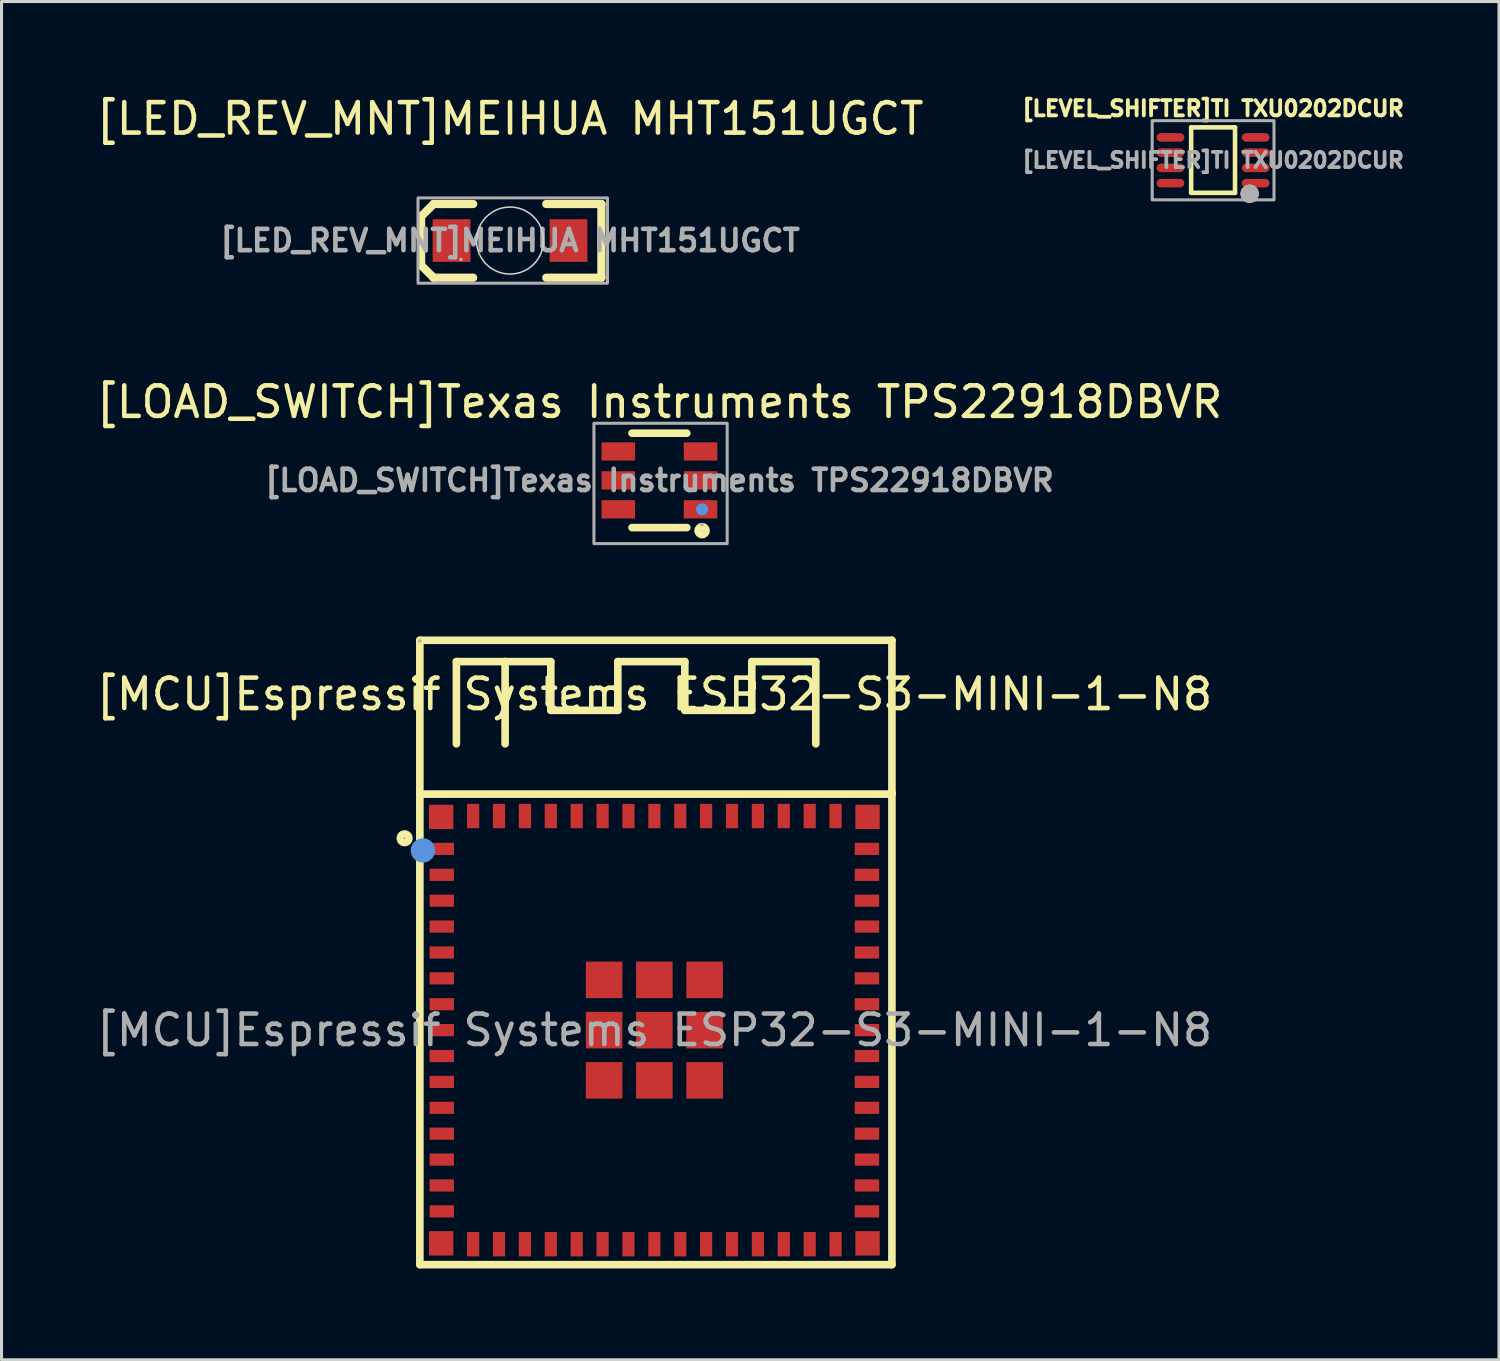
<source format=kicad_pcb>
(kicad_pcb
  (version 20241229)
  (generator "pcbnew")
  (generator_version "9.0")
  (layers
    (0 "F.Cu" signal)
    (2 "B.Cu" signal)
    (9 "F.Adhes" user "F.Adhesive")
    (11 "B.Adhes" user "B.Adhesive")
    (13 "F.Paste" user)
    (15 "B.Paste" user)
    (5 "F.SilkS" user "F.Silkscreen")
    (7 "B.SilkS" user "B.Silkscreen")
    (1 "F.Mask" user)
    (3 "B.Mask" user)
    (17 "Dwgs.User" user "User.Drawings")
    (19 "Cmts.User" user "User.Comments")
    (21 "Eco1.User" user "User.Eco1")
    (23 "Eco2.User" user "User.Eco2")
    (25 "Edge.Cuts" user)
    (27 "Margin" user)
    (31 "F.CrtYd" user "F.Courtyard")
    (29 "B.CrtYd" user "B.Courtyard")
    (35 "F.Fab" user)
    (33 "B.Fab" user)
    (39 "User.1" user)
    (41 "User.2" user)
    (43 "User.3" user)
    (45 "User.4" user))
  (footprint "[LEVEL_SHIFTER]TI TXU0202DCUR"
    (layer "F.Cu")
    (at 36.78 2.212)
    (property "Reference" "[LEVEL_SHIFTER]TI TXU0202DCUR" (at 0 -1.7 0) (layer "F.SilkS") (effects (font (size 0.5 0.5) (thickness 0.125))))
    (attr through_hole)
    (fp_line (start -0.72 -1.08) (end 0.72 -1.08) (stroke (width 0.15) (type solid)) (layer "F.SilkS"))
    (fp_line (start -0.72 1.07) (end -0.72 -1.08) (stroke (width 0.15) (type solid)) (layer "F.SilkS"))
    (fp_line (start 0.72 -1.08) (end 0.72 1.07) (stroke (width 0.15) (type solid)) (layer "F.SilkS"))
    (fp_line (start 0.72 1.07) (end -0.72 1.07) (stroke (width 0.15) (type solid)) (layer "F.SilkS"))
    (fp_circle (center 1.2 1.1) (end 1.2 1.1) (stroke (width 0.3) (type solid)) (fill no) (layer "F.SilkS"))
    (fp_rect (start -2 -1.3) (end 2 1.3) (stroke (width 0.1) (type default)) (fill no) (layer "F.Fab"))
    (fp_circle (center 1.2 1.1) (end 1.2 1.1) (stroke (width 0.3) (type solid)) (fill no) (layer "F.Fab"))
    (fp_text user "${REFERENCE}" (at 0 0 0) (layer "F.Fab") (effects (font (size 0.5 0.5) (thickness 0.125))))
    (pad "1" smd oval (at 1.4 0.75 90) (size 0.28 0.91) (layers "F.Cu" "F.Mask" "F.Paste"))
    (pad "2" smd oval (at 1.4 0.25 90) (size 0.28 0.91) (layers "F.Cu" "F.Mask" "F.Paste"))
    (pad "3" smd oval (at 1.4 -0.25 90) (size 0.28 0.91) (layers "F.Cu" "F.Mask" "F.Paste"))
    (pad "4" smd oval (at 1.4 -0.75 90) (size 0.28 0.91) (layers "F.Cu" "F.Mask" "F.Paste"))
    (pad "5" smd oval (at -1.4 -0.75 90) (size 0.28 0.91) (layers "F.Cu" "F.Mask" "F.Paste"))
    (pad "6" smd oval (at -1.4 -0.25 90) (size 0.28 0.91) (layers "F.Cu" "F.Mask" "F.Paste"))
    (pad "7" smd oval (at -1.4 0.25 90) (size 0.28 0.91) (layers "F.Cu" "F.Mask" "F.Paste"))
    (pad "8" smd oval (at -1.4 0.75 90) (size 0.28 0.91) (layers "F.Cu" "F.Mask" "F.Paste")))
  (footprint "[MCU]Espressif Systems ESP32-S3-MINI-1-N8"
    (layer "F.Cu")
    (at 18.435 30.773)
    (property "Reference" "[MCU]Espressif Systems ESP32-S3-MINI-1-N8" (at 0 -11.03 0) (layer "F.SilkS") (effects (font (size 1 1) (thickness 0.15))))
    (attr smd)
    (fp_line (start -7.7 -12.8) (end 7.8 -12.8) (stroke (width 0.25) (type solid)) (layer "F.SilkS"))
    (fp_line (start -7.7 -7.75) (end 7.8 -7.75) (stroke (width 0.25) (type solid)) (layer "F.SilkS"))
    (fp_line (start -7.7 7.7) (end -7.7 -12.8) (stroke (width 0.25) (type solid)) (layer "F.SilkS"))
    (fp_line (start -6.5 -12.1) (end -4.9 -12.1) (stroke (width 0.25) (type solid)) (layer "F.SilkS"))
    (fp_line (start -6.5 -9.4) (end -6.5 -12.1) (stroke (width 0.25) (type solid)) (layer "F.SilkS"))
    (fp_line (start -4.9 -12.1) (end -4.9 -9.4) (stroke (width 0.25) (type solid)) (layer "F.SilkS"))
    (fp_line (start -4.9 -12.1) (end -3.4 -12.1) (stroke (width 0.25) (type solid)) (layer "F.SilkS"))
    (fp_line (start -3.4 -12.1) (end -3.4 -10.5) (stroke (width 0.25) (type solid)) (layer "F.SilkS"))
    (fp_line (start -3.4 -10.5) (end -1.2 -10.5) (stroke (width 0.25) (type solid)) (layer "F.SilkS"))
    (fp_line (start -1.2 -12.1) (end 1 -12.1) (stroke (width 0.25) (type solid)) (layer "F.SilkS"))
    (fp_line (start -1.2 -10.5) (end -1.2 -12.1) (stroke (width 0.25) (type solid)) (layer "F.SilkS"))
    (fp_line (start 1 -12.1) (end 1 -10.5) (stroke (width 0.25) (type solid)) (layer "F.SilkS"))
    (fp_line (start 1 -10.5) (end 3.2 -10.5) (stroke (width 0.25) (type solid)) (layer "F.SilkS"))
    (fp_line (start 3.2 -12.1) (end 5.3 -12.1) (stroke (width 0.25) (type solid)) (layer "F.SilkS"))
    (fp_line (start 3.2 -10.5) (end 3.2 -12.1) (stroke (width 0.25) (type solid)) (layer "F.SilkS"))
    (fp_line (start 5.3 -12.1) (end 5.3 -9.4) (stroke (width 0.25) (type solid)) (layer "F.SilkS"))
    (fp_line (start 7.8 -12.8) (end 7.8 7.7) (stroke (width 0.25) (type solid)) (layer "F.SilkS"))
    (fp_line (start 7.8 -7.75) (end 7.8 -7.79) (stroke (width 0.25) (type solid)) (layer "F.SilkS"))
    (fp_line (start 7.8 7.7) (end -7.7 7.7) (stroke (width 0.25) (type solid)) (layer "F.SilkS"))
    (fp_circle (center -8.2 -6.3) (end -8.06 -6.3) (stroke (width 0.25) (type solid)) (fill no) (layer "F.SilkS"))
    (fp_circle (center -7.6 -5.9) (end -7.4 -5.9) (stroke (width 0.4) (type solid)) (fill no) (layer "Cmts.User"))
    (fp_circle (center -7.7 -12.78) (end -7.67 -12.78) (stroke (width 0.06) (type solid)) (fill no) (layer "F.Fab"))
    (fp_text user "${REFERENCE}" (at 0 0 0) (layer "F.Fab") (effects (font (size 1 1) (thickness 0.15))))
    (pad "1" smd rect (at -6.98 -5.95 90) (size 0.4 0.8) (layers "F.Cu" "F.Mask" "F.Paste"))
    (pad "2" smd rect (at -6.98 -5.1 90) (size 0.4 0.8) (layers "F.Cu" "F.Mask" "F.Paste"))
    (pad "3" smd rect (at -6.98 -4.25 90) (size 0.4 0.8) (layers "F.Cu" "F.Mask" "F.Paste"))
    (pad "4" smd rect (at -6.98 -3.4 90) (size 0.4 0.8) (layers "F.Cu" "F.Mask" "F.Paste"))
    (pad "5" smd rect (at -6.98 -2.55 90) (size 0.4 0.8) (layers "F.Cu" "F.Mask" "F.Paste"))
    (pad "6" smd rect (at -6.98 -1.7 90) (size 0.4 0.8) (layers "F.Cu" "F.Mask" "F.Paste"))
    (pad "7" smd rect (at -6.98 -0.85 90) (size 0.4 0.8) (layers "F.Cu" "F.Mask" "F.Paste"))
    (pad "8" smd rect (at -6.98 0 90) (size 0.4 0.8) (layers "F.Cu" "F.Mask" "F.Paste"))
    (pad "9" smd rect (at -6.98 0.85 90) (size 0.4 0.8) (layers "F.Cu" "F.Mask" "F.Paste"))
    (pad "10" smd rect (at -6.98 1.7 90) (size 0.4 0.8) (layers "F.Cu" "F.Mask" "F.Paste"))
    (pad "11" smd rect (at -6.98 2.55 90) (size 0.4 0.8) (layers "F.Cu" "F.Mask" "F.Paste"))
    (pad "12" smd rect (at -6.98 3.4 90) (size 0.4 0.8) (layers "F.Cu" "F.Mask" "F.Paste"))
    (pad "13" smd rect (at -6.98 4.25 90) (size 0.4 0.8) (layers "F.Cu" "F.Mask" "F.Paste"))
    (pad "14" smd rect (at -6.98 5.1 90) (size 0.4 0.8) (layers "F.Cu" "F.Mask" "F.Paste"))
    (pad "15" smd rect (at -6.98 5.95 90) (size 0.4 0.8) (layers "F.Cu" "F.Mask" "F.Paste"))
    (pad "16" smd rect (at -5.95 7.03 180) (size 0.4 0.8) (layers "F.Cu" "F.Mask" "F.Paste"))
    (pad "17" smd rect (at -5.1 7.03 180) (size 0.4 0.8) (layers "F.Cu" "F.Mask" "F.Paste"))
    (pad "18" smd rect (at -4.25 7.03 180) (size 0.4 0.8) (layers "F.Cu" "F.Mask" "F.Paste"))
    (pad "19" smd rect (at -3.4 7.03 180) (size 0.4 0.8) (layers "F.Cu" "F.Mask" "F.Paste"))
    (pad "20" smd rect (at -2.55 7.03 180) (size 0.4 0.8) (layers "F.Cu" "F.Mask" "F.Paste"))
    (pad "21" smd rect (at -1.7 7.03 180) (size 0.4 0.8) (layers "F.Cu" "F.Mask" "F.Paste"))
    (pad "22" smd rect (at -0.85 7.03 180) (size 0.4 0.8) (layers "F.Cu" "F.Mask" "F.Paste"))
    (pad "23" smd rect (at 0 7.03 180) (size 0.4 0.8) (layers "F.Cu" "F.Mask" "F.Paste"))
    (pad "24" smd rect (at 0.85 7.03 180) (size 0.4 0.8) (layers "F.Cu" "F.Mask" "F.Paste"))
    (pad "25" smd rect (at 1.7 7.03 180) (size 0.4 0.8) (layers "F.Cu" "F.Mask" "F.Paste"))
    (pad "26" smd rect (at 2.55 7.03 180) (size 0.4 0.8) (layers "F.Cu" "F.Mask" "F.Paste"))
    (pad "27" smd rect (at 3.4 7.03 180) (size 0.4 0.8) (layers "F.Cu" "F.Mask" "F.Paste"))
    (pad "28" smd rect (at 4.25 7.03 180) (size 0.4 0.8) (layers "F.Cu" "F.Mask" "F.Paste"))
    (pad "29" smd rect (at 5.1 7.03 180) (size 0.4 0.8) (layers "F.Cu" "F.Mask" "F.Paste"))
    (pad "30" smd rect (at 5.95 7.03 180) (size 0.4 0.8) (layers "F.Cu" "F.Mask" "F.Paste"))
    (pad "31" smd rect (at 6.98 5.95 270) (size 0.4 0.8) (layers "F.Cu" "F.Mask" "F.Paste"))
    (pad "32" smd rect (at 6.98 5.1 270) (size 0.4 0.8) (layers "F.Cu" "F.Mask" "F.Paste"))
    (pad "33" smd rect (at 6.98 4.25 270) (size 0.4 0.8) (layers "F.Cu" "F.Mask" "F.Paste"))
    (pad "34" smd rect (at 6.98 3.4 270) (size 0.4 0.8) (layers "F.Cu" "F.Mask" "F.Paste"))
    (pad "35" smd rect (at 6.98 2.55 270) (size 0.4 0.8) (layers "F.Cu" "F.Mask" "F.Paste"))
    (pad "36" smd rect (at 6.98 1.7 270) (size 0.4 0.8) (layers "F.Cu" "F.Mask" "F.Paste"))
    (pad "37" smd rect (at 6.98 0.85 270) (size 0.4 0.8) (layers "F.Cu" "F.Mask" "F.Paste"))
    (pad "38" smd rect (at 6.98 0 270) (size 0.4 0.8) (layers "F.Cu" "F.Mask" "F.Paste"))
    (pad "39" smd rect (at 6.98 -0.85 270) (size 0.4 0.8) (layers "F.Cu" "F.Mask" "F.Paste"))
    (pad "40" smd rect (at 6.98 -1.7 270) (size 0.4 0.8) (layers "F.Cu" "F.Mask" "F.Paste"))
    (pad "41" smd rect (at 6.98 -2.55 270) (size 0.4 0.8) (layers "F.Cu" "F.Mask" "F.Paste"))
    (pad "42" smd rect (at 6.98 -3.4 270) (size 0.4 0.8) (layers "F.Cu" "F.Mask" "F.Paste"))
    (pad "43" smd rect (at 6.98 -4.25 270) (size 0.4 0.8) (layers "F.Cu" "F.Mask" "F.Paste"))
    (pad "44" smd rect (at 6.98 -5.1 270) (size 0.4 0.8) (layers "F.Cu" "F.Mask" "F.Paste"))
    (pad "45" smd rect (at 6.98 -5.95 270) (size 0.4 0.8) (layers "F.Cu" "F.Mask" "F.Paste"))
    (pad "46" smd rect (at 5.95 -7.03) (size 0.4 0.8) (layers "F.Cu" "F.Mask" "F.Paste"))
    (pad "47" smd rect (at 5.1 -7.03) (size 0.4 0.8) (layers "F.Cu" "F.Mask" "F.Paste"))
    (pad "48" smd rect (at 4.25 -7.03) (size 0.4 0.8) (layers "F.Cu" "F.Mask" "F.Paste"))
    (pad "49" smd rect (at 3.4 -7.03) (size 0.4 0.8) (layers "F.Cu" "F.Mask" "F.Paste"))
    (pad "50" smd rect (at 2.55 -7.03) (size 0.4 0.8) (layers "F.Cu" "F.Mask" "F.Paste"))
    (pad "51" smd rect (at 1.7 -7.03) (size 0.4 0.8) (layers "F.Cu" "F.Mask" "F.Paste"))
    (pad "52" smd rect (at 0.85 -7.03) (size 0.4 0.8) (layers "F.Cu" "F.Mask" "F.Paste"))
    (pad "53" smd rect (at 0 -7.03) (size 0.4 0.8) (layers "F.Cu" "F.Mask" "F.Paste"))
    (pad "54" smd rect (at -0.85 -7.03) (size 0.4 0.8) (layers "F.Cu" "F.Mask" "F.Paste"))
    (pad "55" smd rect (at -1.7 -7.03) (size 0.4 0.8) (layers "F.Cu" "F.Mask" "F.Paste"))
    (pad "56" smd rect (at -2.55 -7.03) (size 0.4 0.8) (layers "F.Cu" "F.Mask" "F.Paste"))
    (pad "57" smd rect (at -3.4 -7.03) (size 0.4 0.8) (layers "F.Cu" "F.Mask" "F.Paste"))
    (pad "58" smd rect (at -4.25 -7.03) (size 0.4 0.8) (layers "F.Cu" "F.Mask" "F.Paste"))
    (pad "59" smd rect (at -5.1 -7.03) (size 0.4 0.8) (layers "F.Cu" "F.Mask" "F.Paste"))
    (pad "60" smd rect (at -5.95 -7.03) (size 0.4 0.8) (layers "F.Cu" "F.Mask" "F.Paste"))
    (pad "GND" smd rect (at -7 -7 90) (size 0.8 0.8) (layers "F.Cu" "F.Mask" "F.Paste"))
    (pad "GND" smd rect (at -7 7 90) (size 0.8 0.8) (layers "F.Cu" "F.Mask" "F.Paste"))
    (pad "GND" smd rect (at -1.65 -1.65 90) (size 1.2 1.2) (layers "F.Cu" "F.Mask" "F.Paste"))
    (pad "GND" smd rect (at -1.65 0 90) (size 1.2 1.2) (layers "F.Cu" "F.Mask" "F.Paste"))
    (pad "GND" smd rect (at -1.65 1.65 90) (size 1.2 1.2) (layers "F.Cu" "F.Mask" "F.Paste"))
    (pad "GND" smd rect (at 0 -1.65 90) (size 1.2 1.2) (layers "F.Cu" "F.Mask" "F.Paste"))
    (pad "GND" smd rect (at 0 0 90) (size 1.2 1.2) (layers "F.Cu" "F.Mask" "F.Paste"))
    (pad "GND" smd rect (at 0 1.65 90) (size 1.2 1.2) (layers "F.Cu" "F.Mask" "F.Paste"))
    (pad "GND" smd rect (at 1.65 -1.65 90) (size 1.2 1.2) (layers "F.Cu" "F.Mask" "F.Paste"))
    (pad "GND" smd rect (at 1.65 0 90) (size 1.2 1.2) (layers "F.Cu" "F.Mask" "F.Paste"))
    (pad "GND" smd rect (at 1.65 1.65 90) (size 1.2 1.2) (layers "F.Cu" "F.Mask" "F.Paste"))
    (pad "GND" smd rect (at 7 -7 90) (size 0.8 0.8) (layers "F.Cu" "F.Mask" "F.Paste"))
    (pad "GND" smd rect (at 7 7 90) (size 0.8 0.8) (layers "F.Cu" "F.Mask" "F.Paste")))
  (footprint "[LED_REV_MNT]MEIHUA MHT151UGCT"
    (layer "F.Cu")
    (at 13.696 4.848)
    (property "Reference" "[LED_REV_MNT]MEIHUA MHT151UGCT" (at 0 -4 0) (layer "F.SilkS") (effects (font (size 1 1) (thickness 0.15))))
    (attr smd)
    (fp_line (start -2.92 -0.79) (end -2.92 0.81) (stroke (width 0.27) (type solid)) (layer "F.SilkS"))
    (fp_line (start -2.92 0.81) (end -2.51 1.22) (stroke (width 0.27) (type solid)) (layer "F.SilkS"))
    (fp_line (start -2.51 -1.2) (end -2.92 -0.79) (stroke (width 0.27) (type solid)) (layer "F.SilkS"))
    (fp_line (start -2.51 1.22) (end -1.21 1.22) (stroke (width 0.27) (type solid)) (layer "F.SilkS"))
    (fp_line (start -1.21 -1.2) (end -2.51 -1.2) (stroke (width 0.27) (type solid)) (layer "F.SilkS"))
    (fp_line (start 1.19 1.22) (end 3 1.22) (stroke (width 0.27) (type solid)) (layer "F.SilkS"))
    (fp_line (start 3 -1.2) (end 1.19 -1.2) (stroke (width 0.27) (type solid)) (layer "F.SilkS"))
    (fp_line (start 3 1.22) (end 3 -1.2) (stroke (width 0.27) (type solid)) (layer "F.SilkS"))
    (fp_circle (center 0 0) (end 1.1 0) (stroke (width 0.05) (type solid)) (fill no) (layer "Edge.Cuts"))
    (fp_rect (start -3.021 -1.4) (end 3.2 1.401) (stroke (width 0.1) (type solid)) (fill no) (layer "F.Fab"))
    (fp_circle (center -1.61 0.62) (end -1.58 0.62) (stroke (width 0.06) (type solid)) (fill no) (layer "F.Fab"))
    (fp_text user "${REFERENCE}" (at 0 0 0) (layer "F.Fab") (effects (font (size 0.7 0.7) (thickness 0.15))))
    (pad "1" smd rect (at -1.92 0) (size 1.24 1.4) (layers "F.Cu" "F.Mask" "F.Paste"))
    (pad "2" smd rect (at 1.92 0) (size 1.24 1.4) (layers "F.Cu" "F.Mask" "F.Paste")))
  (footprint "[LOAD_SWITCH]Texas Instruments TPS22918DBVR"
    (layer "F.Cu")
    (at 18.601 12.723)
    (property "Reference" "[LOAD_SWITCH]Texas Instruments TPS22918DBVR" (at 0 -2.575 0) (layer "F.SilkS") (effects (font (size 1 1) (thickness 0.15))))
    (attr smd)
    (fp_line (start -0.9 -1.55) (end 0.9 -1.55) (stroke (width 0.25) (type solid)) (layer "F.SilkS"))
    (fp_line (start -0.9 1.55) (end 0.9 1.55) (stroke (width 0.25) (type solid)) (layer "F.SilkS"))
    (fp_circle (center 1.4 1.65) (end 1.53 1.65) (stroke (width 0.25) (type solid)) (fill no) (layer "F.SilkS"))
    (fp_circle (center 1.4 0.95) (end 1.5 0.95) (stroke (width 0.2) (type solid)) (fill no) (layer "Cmts.User"))
    (fp_rect (start -2.15 -1.875) (end 2.225 2.075) (stroke (width 0.1) (type solid)) (fill no) (layer "F.Fab"))
    (fp_circle (center 1.4 1.45) (end 1.43 1.45) (stroke (width 0.06) (type solid)) (fill no) (layer "F.Fab"))
    (fp_text user "${REFERENCE}" (at 0 0 0) (layer "F.Fab") (effects (font (size 0.7 0.7) (thickness 0.15))))
    (pad "1" smd rect (at 1.35 0.95) (size 1.1 0.6) (layers "F.Cu" "F.Mask" "F.Paste"))
    (pad "2" smd rect (at 1.35 0) (size 1.1 0.6) (layers "F.Cu" "F.Mask" "F.Paste"))
    (pad "3" smd rect (at 1.35 -0.95) (size 1.1 0.6) (layers "F.Cu" "F.Mask" "F.Paste"))
    (pad "4" smd rect (at -1.35 -0.95) (size 1.1 0.6) (layers "F.Cu" "F.Mask" "F.Paste"))
    (pad "5" smd rect (at -1.35 0) (size 1.1 0.6) (layers "F.Cu" "F.Mask" "F.Paste"))
    (pad "6" smd rect (at -1.35 0.95) (size 1.1 0.6) (layers "F.Cu" "F.Mask" "F.Paste")))
  (gr_rect
    (start -3 -3)
    (end 46.168 41.598)
    (stroke (width 0.1) (type default))
    (fill no)
    (layer "Edge.Cuts")))
</source>
